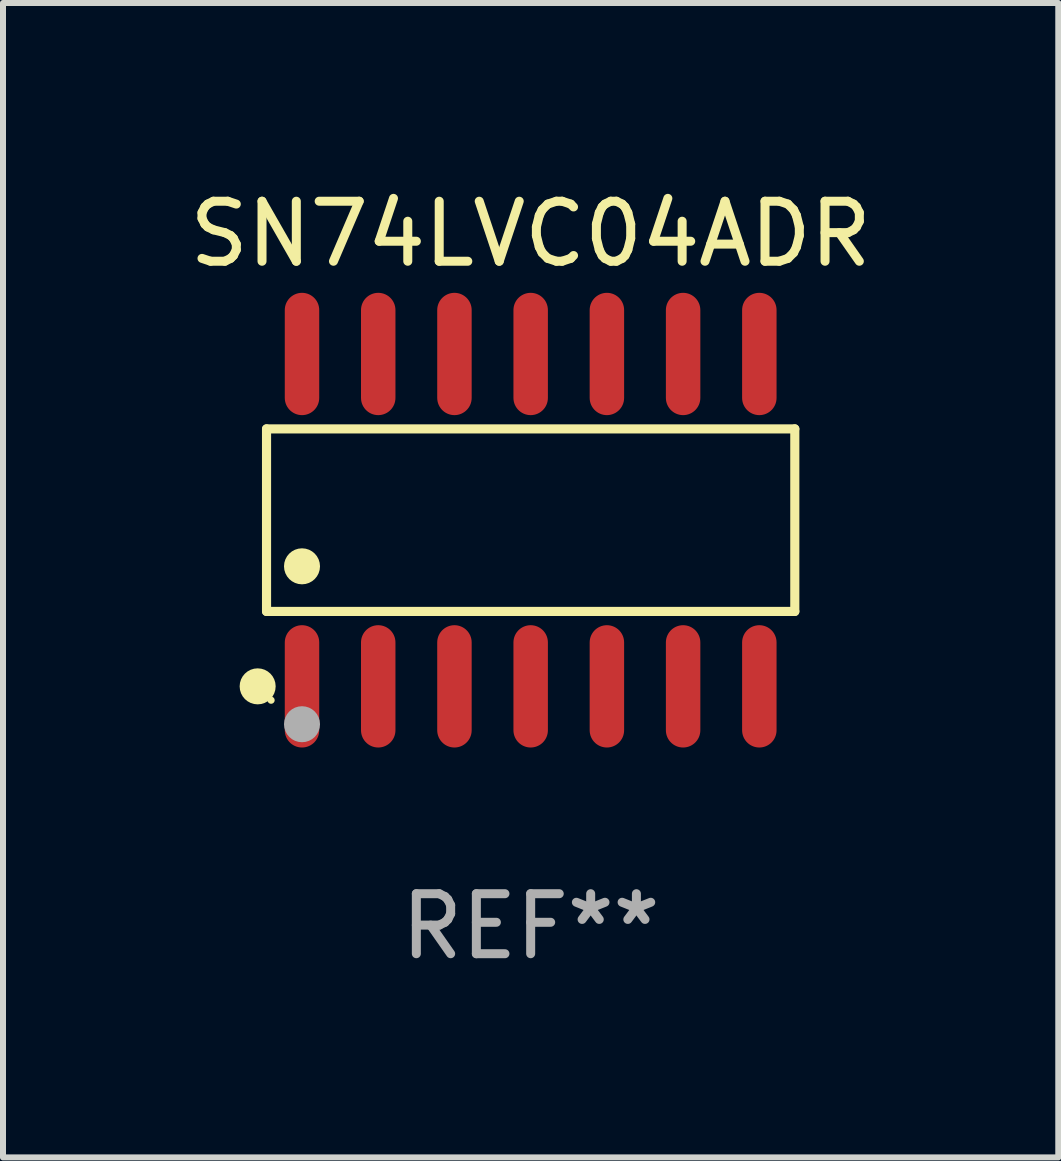
<source format=kicad_pcb>
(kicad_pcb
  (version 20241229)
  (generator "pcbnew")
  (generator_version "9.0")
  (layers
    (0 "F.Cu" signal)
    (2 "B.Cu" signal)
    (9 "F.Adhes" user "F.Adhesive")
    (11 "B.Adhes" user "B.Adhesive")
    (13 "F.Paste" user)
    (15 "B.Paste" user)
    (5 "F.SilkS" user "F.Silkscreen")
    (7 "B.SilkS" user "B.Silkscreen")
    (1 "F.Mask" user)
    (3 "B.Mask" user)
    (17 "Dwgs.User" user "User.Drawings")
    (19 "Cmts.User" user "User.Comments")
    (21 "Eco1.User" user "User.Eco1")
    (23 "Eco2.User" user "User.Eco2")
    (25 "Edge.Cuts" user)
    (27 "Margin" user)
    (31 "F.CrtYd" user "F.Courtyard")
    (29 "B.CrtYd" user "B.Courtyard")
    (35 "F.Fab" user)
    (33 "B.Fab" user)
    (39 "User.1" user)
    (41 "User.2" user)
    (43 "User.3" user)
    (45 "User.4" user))
  (footprint "SN74LVC04ADR"
    (layer "F.Cu")
    (at 5.792 5.617)
    (property "Reference" "SN74LVC04ADR" (at 0 -4.769 0) (layer "F.SilkS") (effects (font (size 1 1) (thickness 0.15))))
    (attr through_hole)
    (fp_line (start -4.401 -1.521) (end 4.401 -1.521) (stroke (width 0.152) (type solid)) (layer "F.SilkS"))
    (fp_line (start -4.401 1.521) (end -4.401 -1.521) (stroke (width 0.152) (type solid)) (layer "F.SilkS"))
    (fp_line (start 4.401 -1.521) (end 4.401 1.521) (stroke (width 0.152) (type solid)) (layer "F.SilkS"))
    (fp_line (start 4.401 1.521) (end -4.401 1.521) (stroke (width 0.152) (type solid)) (layer "F.SilkS"))
    (fp_circle (center -4.549 2.769) (end -4.399 2.769) (stroke (width 0.3) (type solid)) (fill no) (layer "F.SilkS"))
    (fp_circle (center -4.325 3) (end -4.295 3) (stroke (width 0.06) (type solid)) (fill no) (layer "F.SilkS"))
    (fp_circle (center -3.81 0.769) (end -3.66 0.769) (stroke (width 0.3) (type solid)) (fill no) (layer "F.SilkS"))
    (fp_circle (center -3.81 3.4) (end -3.66 3.4) (stroke (width 0.3) (type solid)) (fill no) (layer "F.Fab"))
    (fp_text user "REF**" (at 0 6.769 0) (layer "F.Fab") (effects (font (size 1 1) (thickness 0.15))))
    (pad "1" smd oval (at -3.81 2.769) (size 0.574 2.038) (layers "F.Cu" "F.Mask" "F.Paste"))
    (pad "2" smd oval (at -2.54 2.769) (size 0.574 2.038) (layers "F.Cu" "F.Mask" "F.Paste"))
    (pad "3" smd oval (at -1.27 2.769) (size 0.574 2.038) (layers "F.Cu" "F.Mask" "F.Paste"))
    (pad "4" smd oval (at 0 2.769) (size 0.574 2.038) (layers "F.Cu" "F.Mask" "F.Paste"))
    (pad "5" smd oval (at 1.27 2.769) (size 0.574 2.038) (layers "F.Cu" "F.Mask" "F.Paste"))
    (pad "6" smd oval (at 2.54 2.769) (size 0.574 2.038) (layers "F.Cu" "F.Mask" "F.Paste"))
    (pad "7" smd oval (at 3.81 2.769) (size 0.574 2.038) (layers "F.Cu" "F.Mask" "F.Paste"))
    (pad "8" smd oval (at 3.81 -2.769) (size 0.574 2.038) (layers "F.Cu" "F.Mask" "F.Paste"))
    (pad "9" smd oval (at 2.54 -2.769) (size 0.574 2.038) (layers "F.Cu" "F.Mask" "F.Paste"))
    (pad "10" smd oval (at 1.27 -2.769) (size 0.574 2.038) (layers "F.Cu" "F.Mask" "F.Paste"))
    (pad "11" smd oval (at 0 -2.769) (size 0.574 2.038) (layers "F.Cu" "F.Mask" "F.Paste"))
    (pad "12" smd oval (at -1.27 -2.769) (size 0.574 2.038) (layers "F.Cu" "F.Mask" "F.Paste"))
    (pad "13" smd oval (at -2.54 -2.769) (size 0.574 2.038) (layers "F.Cu" "F.Mask" "F.Paste"))
    (pad "14" smd oval (at -3.81 -2.769) (size 0.574 2.038) (layers "F.Cu" "F.Mask" "F.Paste")))
  (gr_rect
    (start -3 -3)
    (end 14.583 16.235)
    (stroke (width 0.1) (type default))
    (fill no)
    (layer "Edge.Cuts")))
</source>
